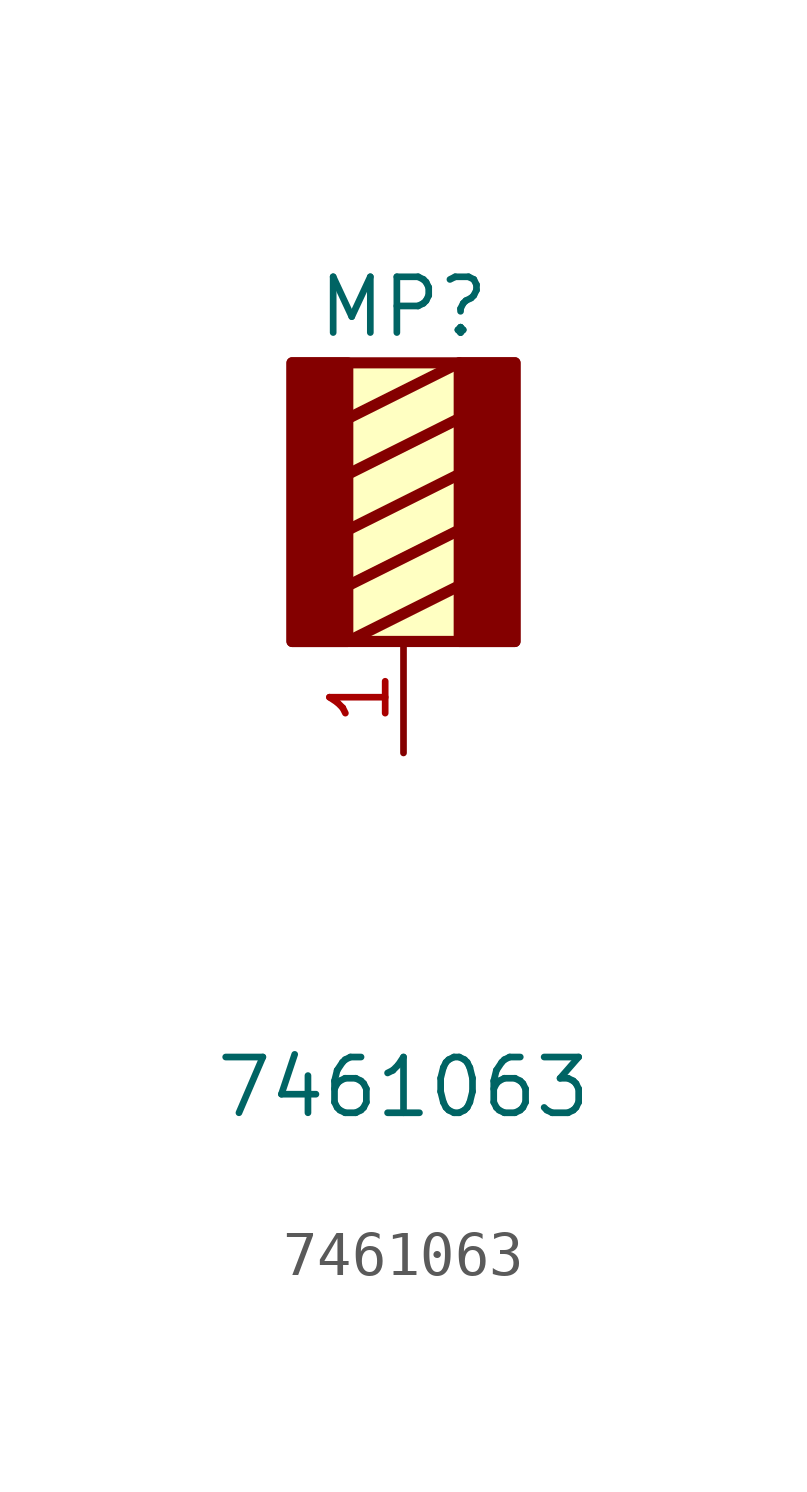
<source format=kicad_sym>
(kicad_symbol_lib
  (version 20220914)
  (generator kicad_symbol_editor)
  (symbol "7461063"
    (pin_names hide)
    (property "Reference" "MP"
      (at 0 5.08 0)
      (effects (font (size 1.27 1.27))))
    (property "Value" "7461063"
      (at 0 -12.7 0)
      (effects (font (size 1.27 1.27))))
    (symbol "7461063_0_0"
      (rectangle (start -2.54 3.81) (end 2.54 -2.54) (stroke (width 0.254) (type default)) (fill (type background)))
      (polyline (pts (xy -1.27 2.54) (xy 1.27 3.81)) (stroke (width 0.254) (type default)) (fill (type none)))
      (polyline (pts (xy 1.27 -1.27) (xy -1.27 -2.54)) (stroke (width 0.254) (type default)) (fill (type none)))
      (polyline (pts (xy 1.27 0) (xy -1.27 -1.27)) (stroke (width 0.254) (type default)) (fill (type none)))
      (polyline (pts (xy 1.27 1.27) (xy -1.27 0)) (stroke (width 0.254) (type default)) (fill (type none)))
      (polyline (pts (xy 1.27 2.54) (xy -1.27 1.27)) (stroke (width 0.254) (type default)) (fill (type none))))
    (symbol "7461063_1_0"
      (rectangle (start -2.54 3.81) (end -1.27 -2.54) (stroke (width 0.254) (type default)) (fill (type outline)))
      (rectangle (start 1.27 3.81) (end 2.54 -2.54) (stroke (width 0.254) (type default)) (fill (type outline)))
      (pin passive line (at 0 -5.08 90) (length 2.54) (name "~" (effects (font (size 1.27 1.27)))) (number "1" (effects (font (size 1.27 1.27))))))))
</source>
